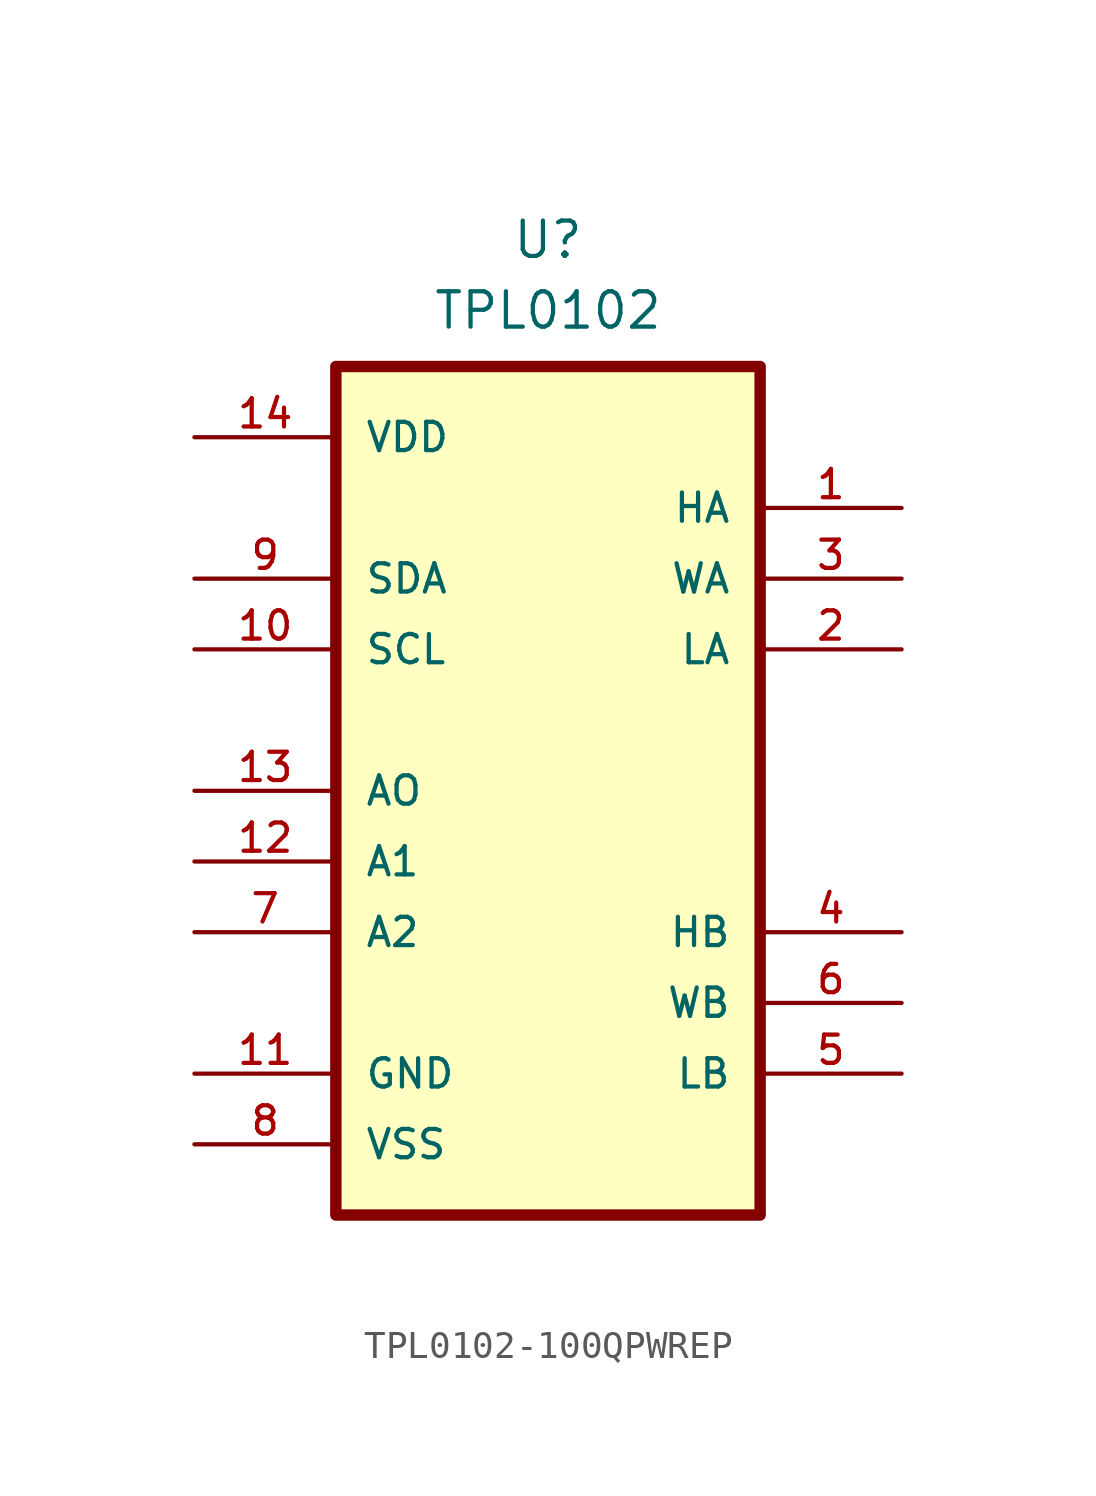
<source format=kicad_sym>
(kicad_symbol_lib
  (version 20220914)
  (generator kicad_symbol_editor)
  (symbol "TPL0102-100QPWREP"
    (pin_names
      (offset 1.016))
    (property "Reference" "U"
      (at -5.08 21.59 0)
      (effects (font (size 1.27 1.27)) (justify bottom)))
    (property "Value" "TPL0102"
      (at -5.08 19.05 0)
      (effects (font (size 1.27 1.27)) (justify bottom)))
    (symbol "TPL0102-100QPWREP_0_0"
      (rectangle (start -12.7 17.78) (end 2.54 -12.7) (stroke (width 0.41) (type default)) (fill (type background)))
      (pin bidirectional line (at 7.62 12.7 180) (length 5.08) (name "HA" (effects (font (size 1.016 1.016)))) (number "1" (effects (font (size 1.016 1.016)))))
      (pin bidirectional line (at -17.78 7.62 0) (length 5.08) (name "SCL" (effects (font (size 1.016 1.016)))) (number "10" (effects (font (size 1.016 1.016)))))
      (pin power_in line (at -17.78 -7.62 0) (length 5.08) (name "GND" (effects (font (size 1.016 1.016)))) (number "11" (effects (font (size 1.016 1.016)))))
      (pin bidirectional line (at -17.78 0 0) (length 5.08) (name "A1" (effects (font (size 1.016 1.016)))) (number "12" (effects (font (size 1.016 1.016)))))
      (pin bidirectional line (at -17.78 2.54 0) (length 5.08) (name "AO" (effects (font (size 1.016 1.016)))) (number "13" (effects (font (size 1.016 1.016)))))
      (pin power_in line (at -17.78 15.24 0) (length 5.08) (name "VDD" (effects (font (size 1.016 1.016)))) (number "14" (effects (font (size 1.016 1.016)))))
      (pin bidirectional line (at 7.62 7.62 180) (length 5.08) (name "LA" (effects (font (size 1.016 1.016)))) (number "2" (effects (font (size 1.016 1.016)))))
      (pin bidirectional line (at 7.62 10.16 180) (length 5.08) (name "WA" (effects (font (size 1.016 1.016)))) (number "3" (effects (font (size 1.016 1.016)))))
      (pin bidirectional line (at 7.62 -2.54 180) (length 5.08) (name "HB" (effects (font (size 1.016 1.016)))) (number "4" (effects (font (size 1.016 1.016)))))
      (pin bidirectional line (at 7.62 -7.62 180) (length 5.08) (name "LB" (effects (font (size 1.016 1.016)))) (number "5" (effects (font (size 1.016 1.016)))))
      (pin bidirectional line (at 7.62 -5.08 180) (length 5.08) (name "WB" (effects (font (size 1.016 1.016)))) (number "6" (effects (font (size 1.016 1.016)))))
      (pin bidirectional line (at -17.78 -2.54 0) (length 5.08) (name "A2" (effects (font (size 1.016 1.016)))) (number "7" (effects (font (size 1.016 1.016)))))
      (pin power_in line (at -17.78 -10.16 0) (length 5.08) (name "VSS" (effects (font (size 1.016 1.016)))) (number "8" (effects (font (size 1.016 1.016)))))
      (pin bidirectional line (at -17.78 10.16 0) (length 5.08) (name "SDA" (effects (font (size 1.016 1.016)))) (number "9" (effects (font (size 1.016 1.016))))))))
</source>
